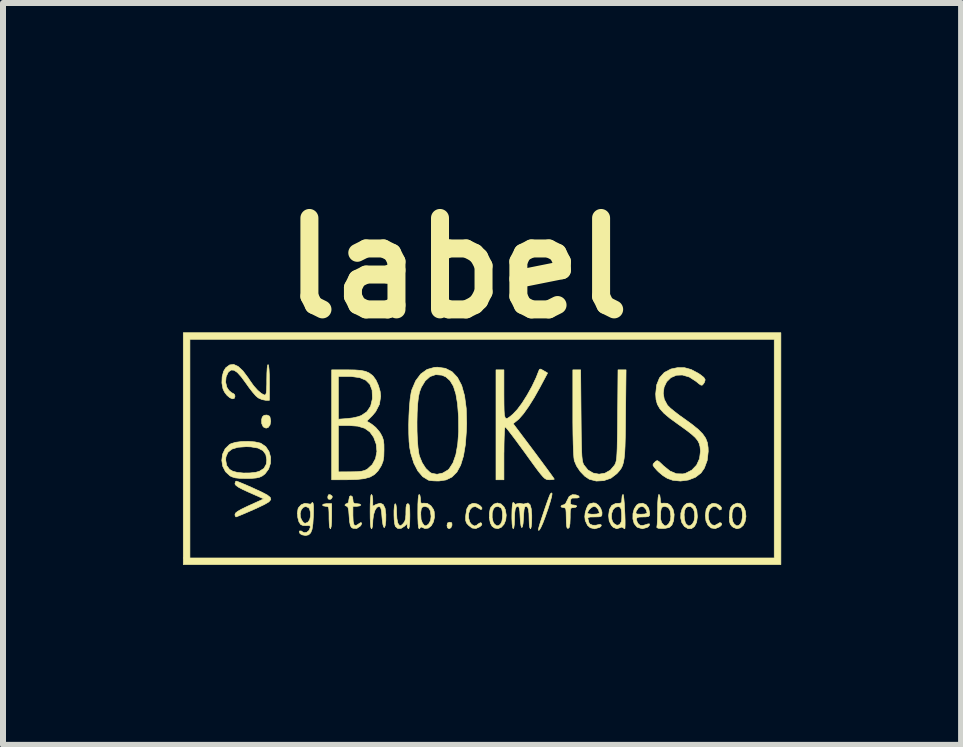
<source format=kicad_pcb>
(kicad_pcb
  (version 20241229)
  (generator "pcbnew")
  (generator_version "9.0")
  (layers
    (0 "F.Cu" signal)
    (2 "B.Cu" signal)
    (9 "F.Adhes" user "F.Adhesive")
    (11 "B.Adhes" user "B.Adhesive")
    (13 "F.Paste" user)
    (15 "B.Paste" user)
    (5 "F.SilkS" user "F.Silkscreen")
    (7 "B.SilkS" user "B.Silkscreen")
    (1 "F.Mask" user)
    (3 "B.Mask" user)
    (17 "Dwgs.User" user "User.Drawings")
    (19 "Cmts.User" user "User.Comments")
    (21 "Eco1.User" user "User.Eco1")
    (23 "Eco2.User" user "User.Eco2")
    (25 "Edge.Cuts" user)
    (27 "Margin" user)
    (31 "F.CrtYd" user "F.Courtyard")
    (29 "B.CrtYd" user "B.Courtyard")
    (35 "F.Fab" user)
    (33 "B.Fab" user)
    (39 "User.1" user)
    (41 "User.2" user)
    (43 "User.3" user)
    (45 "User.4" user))
  (footprint "label"
    (layer "F.Cu")
    (at 4.975 4.418)
    (property "Reference" "label" (at -0.4 -3 0) (layer "F.SilkS") (effects (font (size 1.524 1.524) (thickness 0.3))))
    (attr through_hole)
    (fp_poly (pts (xy -2.491 0.799) (xy -2.485 0.817) (xy -2.503 0.848) (xy -2.523 0.857) (xy -2.555 0.85) (xy -2.562 0.817) (xy -2.551 0.781) (xy -2.523 0.777) (xy -2.491 0.799)) (stroke (width 0.01) (type solid)) (fill yes) (layer "F.SilkS"))
    (fp_poly (pts (xy -0.494 1.247) (xy -0.49 1.286) (xy -0.49 1.286) (xy -0.509 1.33) (xy -0.539 1.345) (xy -0.565 1.33) (xy -0.574 1.294) (xy -0.565 1.25) (xy -0.531 1.237) (xy -0.529 1.237) (xy -0.494 1.247)) (stroke (width 0.01) (type solid)) (fill yes) (layer "F.SilkS"))
    (fp_poly (pts (xy 4.992 1.944) (xy -4.97 1.944) (xy -4.97 -1.811) (xy -4.859 -1.811) (xy -4.859 1.833) (xy 4.881 1.833) (xy 4.881 -1.811) (xy -4.859 -1.811) (xy -4.97 -1.811) (xy -4.97 -1.922) (xy 4.992 -1.922) (xy 4.992 1.944)) (stroke (width 0.01) (type solid)) (fill yes) (layer "F.SilkS"))
    (fp_poly (pts (xy -3.536 -0.533) (xy -3.525 -0.517) (xy -3.512 -0.447) (xy -3.524 -0.384) (xy -3.555 -0.342) (xy -3.589 -0.331) (xy -3.625 -0.345) (xy -3.64 -0.358) (xy -3.662 -0.407) (xy -3.664 -0.474) (xy -3.653 -0.517) (xy -3.623 -0.545) (xy -3.576 -0.55) (xy -3.536 -0.533)) (stroke (width 0.01) (type solid)) (fill yes) (layer "F.SilkS"))
    (fp_poly (pts (xy -2.496 1.137) (xy -2.498 1.236) (xy -2.504 1.308) (xy -2.514 1.344) (xy -2.518 1.347) (xy -2.529 1.327) (xy -2.536 1.269) (xy -2.54 1.184) (xy -2.54 1.16) (xy -2.541 1.069) (xy -2.544 1.013) (xy -2.552 0.984) (xy -2.569 0.974) (xy -2.595 0.972) (xy -2.637 0.964) (xy -2.65 0.95) (xy -2.631 0.935) (xy -2.583 0.928) (xy -2.573 0.928) (xy -2.496 0.928) (xy -2.496 1.137)) (stroke (width 0.01) (type solid)) (fill yes) (layer "F.SilkS"))
    (fp_poly (pts (xy 1.178 0.763) (xy 1.17 0.812) (xy 1.147 0.897) (xy 1.108 1.021) (xy 1.101 1.04) (xy 1.061 1.155) (xy 1.024 1.252) (xy 0.992 1.323) (xy 0.967 1.366) (xy 0.953 1.374) (xy 0.95 1.358) (xy 0.957 1.326) (xy 0.975 1.263) (xy 1.002 1.178) (xy 1.034 1.082) (xy 1.067 0.984) (xy 1.099 0.893) (xy 1.126 0.82) (xy 1.145 0.774) (xy 1.151 0.763) (xy 1.172 0.748) (xy 1.178 0.763)) (stroke (width 0.01) (type solid)) (fill yes) (layer "F.SilkS"))
    (fp_poly (pts (xy 3.928 0.933) (xy 3.975 0.96) (xy 4.002 0.993) (xy 3.999 1.023) (xy 3.997 1.025) (xy 3.971 1.034) (xy 3.951 1.01) (xy 3.911 0.975) (xy 3.862 0.975) (xy 3.817 1.007) (xy 3.799 1.038) (xy 3.781 1.113) (xy 3.786 1.184) (xy 3.809 1.243) (xy 3.845 1.281) (xy 3.89 1.291) (xy 3.934 1.268) (xy 3.975 1.243) (xy 4 1.253) (xy 4.006 1.279) (xy 3.973 1.312) (xy 3.898 1.344) (xy 3.83 1.333) (xy 3.778 1.289) (xy 3.743 1.216) (xy 3.733 1.126) (xy 3.746 1.027) (xy 3.784 0.959) (xy 3.845 0.925) (xy 3.873 0.922) (xy 3.928 0.933)) (stroke (width 0.01) (type solid)) (fill yes) (layer "F.SilkS"))
    (fp_poly (pts (xy -0.071 0.933) (xy -0.024 0.96) (xy 0.007 0.993) (xy 0.008 1.02) (xy -0.015 1.024) (xy -0.043 1.006) (xy -0.1 0.975) (xy -0.153 0.987) (xy -0.19 1.027) (xy -0.213 1.093) (xy -0.213 1.169) (xy -0.192 1.238) (xy -0.162 1.275) (xy -0.118 1.3) (xy -0.083 1.291) (xy -0.055 1.267) (xy -0.017 1.245) (xy 0.003 1.253) (xy 0.007 1.281) (xy -0.025 1.312) (xy -0.093 1.343) (xy -0.156 1.334) (xy -0.213 1.29) (xy -0.247 1.252) (xy -0.262 1.211) (xy -0.263 1.152) (xy -0.26 1.113) (xy -0.243 1.014) (xy -0.207 0.952) (xy -0.152 0.925) (xy -0.123 0.922) (xy -0.071 0.933)) (stroke (width 0.01) (type solid)) (fill yes) (layer "F.SilkS"))
    (fp_poly (pts (xy -4.058 0.561) (xy -3.999 0.585) (xy -3.915 0.62) (xy -3.816 0.664) (xy -3.788 0.677) (xy -3.658 0.737) (xy -3.569 0.784) (xy -3.52 0.824) (xy -3.511 0.86) (xy -3.543 0.898) (xy -3.616 0.941) (xy -3.729 0.995) (xy -3.793 1.024) (xy -3.896 1.069) (xy -3.985 1.107) (xy -4.051 1.134) (xy -4.088 1.148) (xy -4.092 1.149) (xy -4.105 1.13) (xy -4.108 1.107) (xy -4.097 1.083) (xy -4.062 1.055) (xy -3.996 1.018) (xy -3.895 0.969) (xy -3.868 0.957) (xy -3.628 0.848) (xy -3.868 0.742) (xy -3.977 0.692) (xy -4.049 0.654) (xy -4.091 0.624) (xy -4.107 0.6) (xy -4.108 0.594) (xy -4.098 0.559) (xy -4.086 0.552) (xy -4.058 0.561)) (stroke (width 0.01) (type solid)) (fill yes) (layer "F.SilkS"))
    (fp_poly (pts (xy 0.326 0.932) (xy 0.377 0.983) (xy 0.398 1.027) (xy 0.414 1.119) (xy 0.405 1.202) (xy 0.376 1.272) (xy 0.332 1.321) (xy 0.277 1.344) (xy 0.218 1.334) (xy 0.177 1.303) (xy 0.149 1.251) (xy 0.134 1.174) (xy 0.133 1.16) (xy 0.179 1.16) (xy 0.195 1.231) (xy 0.213 1.263) (xy 0.253 1.297) (xy 0.287 1.295) (xy 0.319 1.268) (xy 0.341 1.224) (xy 0.352 1.155) (xy 0.352 1.082) (xy 0.34 1.021) (xy 0.327 0.998) (xy 0.277 0.973) (xy 0.226 0.985) (xy 0.2 1.015) (xy 0.18 1.081) (xy 0.179 1.16) (xy 0.133 1.16) (xy 0.132 1.089) (xy 0.146 1.014) (xy 0.155 0.993) (xy 0.205 0.936) (xy 0.265 0.916) (xy 0.326 0.932)) (stroke (width 0.01) (type solid)) (fill yes) (layer "F.SilkS"))
    (fp_poly (pts (xy -1.82 0.793) (xy -1.812 0.843) (xy -1.811 0.871) (xy -1.811 0.969) (xy -1.752 0.939) (xy -1.686 0.92) (xy -1.638 0.942) (xy -1.606 1.005) (xy -1.593 1.108) (xy -1.594 1.215) (xy -1.603 1.291) (xy -1.615 1.326) (xy -1.628 1.32) (xy -1.642 1.277) (xy -1.653 1.199) (xy -1.657 1.155) (xy -1.664 1.065) (xy -1.674 1.012) (xy -1.688 0.985) (xy -1.707 0.976) (xy -1.743 0.989) (xy -1.774 1.038) (xy -1.798 1.113) (xy -1.81 1.204) (xy -1.811 1.236) (xy -1.815 1.299) (xy -1.825 1.34) (xy -1.833 1.347) (xy -1.843 1.326) (xy -1.85 1.265) (xy -1.854 1.169) (xy -1.855 1.06) (xy -1.854 0.937) (xy -1.849 0.846) (xy -1.842 0.789) (xy -1.833 0.773) (xy -1.82 0.793)) (stroke (width 0.01) (type solid)) (fill yes) (layer "F.SilkS"))
    (fp_poly (pts (xy 3.513 0.928) (xy 3.563 0.971) (xy 3.591 1.04) (xy 3.6 1.142) (xy 3.6 1.147) (xy 3.587 1.239) (xy 3.553 1.306) (xy 3.503 1.343) (xy 3.445 1.345) (xy 3.384 1.308) (xy 3.382 1.305) (xy 3.34 1.242) (xy 3.322 1.167) (xy 3.324 1.11) (xy 3.379 1.11) (xy 3.384 1.183) (xy 3.399 1.245) (xy 3.414 1.268) (xy 3.45 1.298) (xy 3.479 1.295) (xy 3.516 1.267) (xy 3.544 1.217) (xy 3.556 1.144) (xy 3.551 1.066) (xy 3.533 1.015) (xy 3.493 0.978) (xy 3.441 0.977) (xy 3.406 0.998) (xy 3.387 1.042) (xy 3.379 1.11) (xy 3.324 1.11) (xy 3.324 1.088) (xy 3.345 1.016) (xy 3.381 0.957) (xy 3.428 0.922) (xy 3.485 0.917) (xy 3.513 0.928)) (stroke (width 0.01) (type solid)) (fill yes) (layer "F.SilkS"))
    (fp_poly (pts (xy 4.323 0.931) (xy 4.372 0.983) (xy 4.398 1.046) (xy 4.41 1.141) (xy 4.396 1.224) (xy 4.364 1.29) (xy 4.316 1.332) (xy 4.259 1.346) (xy 4.199 1.323) (xy 4.173 1.302) (xy 4.148 1.268) (xy 4.135 1.223) (xy 4.134 1.16) (xy 4.177 1.16) (xy 4.192 1.231) (xy 4.211 1.263) (xy 4.251 1.297) (xy 4.285 1.295) (xy 4.316 1.268) (xy 4.338 1.224) (xy 4.35 1.155) (xy 4.35 1.082) (xy 4.338 1.021) (xy 4.325 0.998) (xy 4.274 0.973) (xy 4.224 0.985) (xy 4.197 1.015) (xy 4.178 1.081) (xy 4.177 1.16) (xy 4.134 1.16) (xy 4.133 1.154) (xy 4.135 1.122) (xy 4.141 1.043) (xy 4.155 0.993) (xy 4.18 0.96) (xy 4.198 0.945) (xy 4.263 0.918) (xy 4.323 0.931)) (stroke (width 0.01) (type solid)) (fill yes) (layer "F.SilkS"))
    (fp_poly (pts (xy -2.149 0.815) (xy -2.142 0.861) (xy -2.137 0.908) (xy -2.111 0.926) (xy -2.076 0.928) (xy -2.03 0.934) (xy -2.01 0.949) (xy -2.01 0.95) (xy -2.029 0.965) (xy -2.075 0.972) (xy -2.076 0.972) (xy -2.142 0.972) (xy -2.142 1.125) (xy -2.138 1.222) (xy -2.125 1.278) (xy -2.1 1.296) (xy -2.063 1.277) (xy -2.053 1.269) (xy -2.012 1.243) (xy -1.994 1.251) (xy -2.006 1.284) (xy -2.021 1.303) (xy -2.079 1.342) (xy -2.141 1.338) (xy -2.164 1.326) (xy -2.184 1.294) (xy -2.198 1.226) (xy -2.205 1.139) (xy -2.212 1.048) (xy -2.223 0.994) (xy -2.238 0.973) (xy -2.244 0.972) (xy -2.272 0.959) (xy -2.275 0.95) (xy -2.257 0.93) (xy -2.242 0.928) (xy -2.216 0.908) (xy -2.209 0.861) (xy -2.199 0.809) (xy -2.176 0.795) (xy -2.149 0.815)) (stroke (width 0.01) (type solid)) (fill yes) (layer "F.SilkS"))
    (fp_poly (pts (xy -1.21 0.935) (xy -1.2 0.963) (xy -1.195 1.017) (xy -1.193 1.107) (xy -1.193 1.137) (xy -1.195 1.236) (xy -1.201 1.308) (xy -1.21 1.344) (xy -1.215 1.347) (xy -1.233 1.329) (xy -1.237 1.303) (xy -1.237 1.259) (xy -1.281 1.303) (xy -1.339 1.34) (xy -1.393 1.342) (xy -1.434 1.307) (xy -1.435 1.305) (xy -1.446 1.263) (xy -1.454 1.198) (xy -1.457 1.12) (xy -1.457 1.043) (xy -1.452 0.977) (xy -1.443 0.936) (xy -1.436 0.928) (xy -1.424 0.948) (xy -1.416 1.002) (xy -1.414 1.078) (xy -1.409 1.173) (xy -1.396 1.243) (xy -1.384 1.269) (xy -1.361 1.295) (xy -1.339 1.292) (xy -1.306 1.262) (xy -1.279 1.226) (xy -1.265 1.179) (xy -1.259 1.106) (xy -1.259 1.071) (xy -1.257 0.991) (xy -1.249 0.946) (xy -1.233 0.929) (xy -1.226 0.928) (xy -1.21 0.935)) (stroke (width 0.01) (type solid)) (fill yes) (layer "F.SilkS"))
    (fp_poly (pts (xy 1.576 0.781) (xy 1.624 0.801) (xy 1.631 0.822) (xy 1.598 0.834) (xy 1.563 0.834) (xy 1.512 0.835) (xy 1.491 0.855) (xy 1.484 0.889) (xy 1.485 0.933) (xy 1.509 0.948) (xy 1.534 0.95) (xy 1.576 0.957) (xy 1.59 0.972) (xy 1.571 0.988) (xy 1.535 0.994) (xy 1.507 0.996) (xy 1.49 1.008) (xy 1.482 1.041) (xy 1.48 1.102) (xy 1.48 1.158) (xy 1.476 1.262) (xy 1.464 1.324) (xy 1.444 1.342) (xy 1.428 1.332) (xy 1.421 1.304) (xy 1.416 1.245) (xy 1.414 1.166) (xy 1.414 1.156) (xy 1.412 1.072) (xy 1.408 1.024) (xy 1.396 1.001) (xy 1.376 0.994) (xy 1.369 0.994) (xy 1.333 0.985) (xy 1.325 0.972) (xy 1.343 0.953) (xy 1.365 0.95) (xy 1.402 0.929) (xy 1.426 0.88) (xy 1.462 0.809) (xy 1.515 0.778) (xy 1.576 0.781)) (stroke (width 0.01) (type solid)) (fill yes) (layer "F.SilkS"))
    (fp_poly (pts (xy 2.368 0.793) (xy 2.375 0.848) (xy 2.382 0.927) (xy 2.387 1.02) (xy 2.392 1.117) (xy 2.395 1.208) (xy 2.395 1.284) (xy 2.393 1.333) (xy 2.39 1.347) (xy 2.375 1.341) (xy 2.367 1.331) (xy 2.338 1.318) (xy 2.319 1.326) (xy 2.256 1.346) (xy 2.198 1.322) (xy 2.166 1.289) (xy 2.13 1.216) (xy 2.124 1.162) (xy 2.167 1.162) (xy 2.185 1.227) (xy 2.208 1.258) (xy 2.259 1.289) (xy 2.303 1.278) (xy 2.332 1.228) (xy 2.332 1.227) (xy 2.338 1.174) (xy 2.338 1.103) (xy 2.337 1.08) (xy 2.329 1.017) (xy 2.311 0.987) (xy 2.283 0.976) (xy 2.232 0.988) (xy 2.193 1.03) (xy 2.171 1.092) (xy 2.167 1.162) (xy 2.124 1.162) (xy 2.12 1.126) (xy 2.134 1.025) (xy 2.173 0.957) (xy 2.237 0.925) (xy 2.271 0.923) (xy 2.318 0.92) (xy 2.338 0.9) (xy 2.341 0.849) (xy 2.346 0.798) (xy 2.359 0.774) (xy 2.362 0.773) (xy 2.368 0.793)) (stroke (width 0.01) (type solid)) (fill yes) (layer "F.SilkS"))
    (fp_poly (pts (xy 2.974 0.793) (xy 2.981 0.841) (xy 2.982 0.853) (xy 2.985 0.905) (xy 2.999 0.923) (xy 3.033 0.92) (xy 3.034 0.919) (xy 3.101 0.922) (xy 3.156 0.96) (xy 3.195 1.025) (xy 3.213 1.109) (xy 3.205 1.204) (xy 3.202 1.217) (xy 3.175 1.285) (xy 3.132 1.324) (xy 3.063 1.34) (xy 3.008 1.342) (xy 2.948 1.338) (xy 2.924 1.326) (xy 2.925 1.309) (xy 2.93 1.275) (xy 2.934 1.208) (xy 2.937 1.116) (xy 2.937 1.101) (xy 2.986 1.101) (xy 2.987 1.185) (xy 3.002 1.239) (xy 3.017 1.261) (xy 3.053 1.296) (xy 3.08 1.297) (xy 3.118 1.267) (xy 3.151 1.208) (xy 3.158 1.138) (xy 3.147 1.048) (xy 3.114 0.992) (xy 3.06 0.974) (xy 3.047 0.975) (xy 3.015 0.984) (xy 2.998 1.008) (xy 2.989 1.057) (xy 2.986 1.101) (xy 2.937 1.101) (xy 2.938 1.025) (xy 2.939 0.913) (xy 2.945 0.83) (xy 2.953 0.783) (xy 2.96 0.773) (xy 2.974 0.793)) (stroke (width 0.01) (type solid)) (fill yes) (layer "F.SilkS"))
    (fp_poly (pts (xy -1.024 0.793) (xy -1.016 0.841) (xy -1.016 0.853) (xy -1.013 0.905) (xy -0.999 0.923) (xy -0.965 0.92) (xy -0.963 0.919) (xy -0.901 0.924) (xy -0.842 0.963) (xy -0.799 1.025) (xy -0.787 1.062) (xy -0.782 1.152) (xy -0.8 1.232) (xy -0.836 1.296) (xy -0.885 1.335) (xy -0.94 1.343) (xy -0.973 1.329) (xy -1.007 1.316) (xy -1.016 1.325) (xy -1.033 1.347) (xy -1.038 1.347) (xy -1.048 1.326) (xy -1.055 1.265) (xy -1.059 1.169) (xy -1.06 1.09) (xy -1.012 1.09) (xy -1.006 1.191) (xy -0.984 1.25) (xy -0.951 1.292) (xy -0.922 1.298) (xy -0.883 1.27) (xy -0.88 1.267) (xy -0.847 1.208) (xy -0.839 1.138) (xy -0.851 1.048) (xy -0.884 0.992) (xy -0.938 0.974) (xy -0.951 0.975) (xy -0.984 0.985) (xy -1.002 1.011) (xy -1.01 1.065) (xy -1.012 1.09) (xy -1.06 1.09) (xy -1.06 1.06) (xy -1.059 0.937) (xy -1.054 0.846) (xy -1.046 0.789) (xy -1.038 0.773) (xy -1.024 0.793)) (stroke (width 0.01) (type solid)) (fill yes) (layer "F.SilkS"))
    (fp_poly (pts (xy 2.746 0.946) (xy 2.788 1.004) (xy 2.805 1.085) (xy 2.805 1.092) (xy 2.802 1.125) (xy 2.784 1.142) (xy 2.741 1.148) (xy 2.695 1.149) (xy 2.628 1.151) (xy 2.595 1.161) (xy 2.585 1.183) (xy 2.584 1.191) (xy 2.599 1.241) (xy 2.62 1.269) (xy 2.65 1.29) (xy 2.69 1.292) (xy 2.752 1.274) (xy 2.777 1.265) (xy 2.802 1.265) (xy 2.802 1.285) (xy 2.78 1.313) (xy 2.762 1.324) (xy 2.683 1.346) (xy 2.606 1.324) (xy 2.59 1.314) (xy 2.546 1.259) (xy 2.525 1.182) (xy 2.526 1.096) (xy 2.527 1.09) (xy 2.575 1.09) (xy 2.596 1.101) (xy 2.651 1.104) (xy 2.662 1.104) (xy 2.722 1.1) (xy 2.757 1.088) (xy 2.761 1.081) (xy 2.746 1.028) (xy 2.71 0.986) (xy 2.674 0.972) (xy 2.622 0.992) (xy 2.582 1.052) (xy 2.577 1.066) (xy 2.575 1.09) (xy 2.527 1.09) (xy 2.547 1.015) (xy 2.587 0.953) (xy 2.618 0.931) (xy 2.687 0.92) (xy 2.746 0.946)) (stroke (width 0.01) (type solid)) (fill yes) (layer "F.SilkS"))
    (fp_poly (pts (xy -3.776 -0.102) (xy -3.689 -0.083) (xy -3.677 -0.079) (xy -3.595 -0.023) (xy -3.541 0.058) (xy -3.514 0.154) (xy -3.516 0.254) (xy -3.547 0.35) (xy -3.607 0.431) (xy -3.651 0.465) (xy -3.698 0.487) (xy -3.756 0.5) (xy -3.837 0.507) (xy -3.92 0.508) (xy -4.027 0.506) (xy -4.101 0.498) (xy -4.155 0.482) (xy -4.19 0.465) (xy -4.266 0.395) (xy -4.312 0.305) (xy -4.328 0.205) (xy -4.327 0.199) (xy -4.263 0.199) (xy -4.247 0.291) (xy -4.199 0.356) (xy -4.145 0.387) (xy -4.069 0.407) (xy -3.968 0.417) (xy -3.86 0.416) (xy -3.761 0.405) (xy -3.701 0.388) (xy -3.625 0.34) (xy -3.586 0.269) (xy -3.578 0.199) (xy -3.594 0.109) (xy -3.641 0.044) (xy -3.724 0.001) (xy -3.843 -0.019) (xy -3.92 -0.022) (xy -4.059 -0.012) (xy -4.16 0.019) (xy -4.226 0.072) (xy -4.259 0.149) (xy -4.263 0.199) (xy -4.327 0.199) (xy -4.315 0.104) (xy -4.272 0.013) (xy -4.201 -0.057) (xy -4.174 -0.072) (xy -4.099 -0.095) (xy -3.997 -0.108) (xy -3.884 -0.11) (xy -3.776 -0.102)) (stroke (width 0.01) (type solid)) (fill yes) (layer "F.SilkS"))
    (fp_poly (pts (xy 1.905 0.92) (xy 1.951 0.954) (xy 1.989 1.007) (xy 2.009 1.066) (xy 2.01 1.081) (xy 2.008 1.119) (xy 1.995 1.139) (xy 1.961 1.147) (xy 1.893 1.149) (xy 1.886 1.149) (xy 1.816 1.15) (xy 1.781 1.158) (xy 1.773 1.174) (xy 1.776 1.183) (xy 1.788 1.225) (xy 1.789 1.238) (xy 1.808 1.268) (xy 1.854 1.287) (xy 1.909 1.288) (xy 1.93 1.282) (xy 1.978 1.273) (xy 2 1.285) (xy 1.99 1.309) (xy 1.968 1.324) (xy 1.887 1.347) (xy 1.814 1.329) (xy 1.769 1.289) (xy 1.731 1.21) (xy 1.723 1.144) (xy 1.729 1.087) (xy 1.767 1.087) (xy 1.787 1.097) (xy 1.837 1.104) (xy 1.866 1.104) (xy 1.927 1.1) (xy 1.962 1.088) (xy 1.966 1.081) (xy 1.95 1.028) (xy 1.914 0.986) (xy 1.878 0.972) (xy 1.837 0.989) (xy 1.795 1.029) (xy 1.769 1.074) (xy 1.767 1.087) (xy 1.729 1.087) (xy 1.731 1.077) (xy 1.751 1.009) (xy 1.777 0.955) (xy 1.805 0.928) (xy 1.81 0.928) (xy 1.846 0.92) (xy 1.864 0.915) (xy 1.905 0.92)) (stroke (width 0.01) (type solid)) (fill yes) (layer "F.SilkS"))
    (fp_poly (pts (xy -2.806 0.919) (xy -2.799 0.968) (xy -2.799 1.057) (xy -2.801 1.132) (xy -2.809 1.263) (xy -2.823 1.355) (xy -2.846 1.414) (xy -2.88 1.447) (xy -2.928 1.458) (xy -2.935 1.458) (xy -2.991 1.447) (xy -3.024 1.427) (xy -3.037 1.393) (xy -3.029 1.382) (xy -2.999 1.384) (xy -2.993 1.391) (xy -2.958 1.412) (xy -2.912 1.406) (xy -2.875 1.375) (xy -2.872 1.371) (xy -2.851 1.318) (xy -2.862 1.293) (xy -2.907 1.293) (xy -2.91 1.294) (xy -2.973 1.292) (xy -3.012 1.276) (xy -3.042 1.231) (xy -3.061 1.16) (xy -3.066 1.088) (xy -3.021 1.088) (xy -3.018 1.151) (xy -2.996 1.202) (xy -2.965 1.245) (xy -2.939 1.256) (xy -2.901 1.241) (xy -2.892 1.236) (xy -2.864 1.199) (xy -2.849 1.138) (xy -2.85 1.07) (xy -2.866 1.014) (xy -2.881 0.995) (xy -2.929 0.975) (xy -2.971 0.99) (xy -3.004 1.031) (xy -3.021 1.088) (xy -3.066 1.088) (xy -3.067 1.082) (xy -3.057 1.014) (xy -3.049 0.996) (xy -3.004 0.946) (xy -2.944 0.922) (xy -2.889 0.93) (xy -2.85 0.937) (xy -2.838 0.928) (xy -2.819 0.906) (xy -2.806 0.919)) (stroke (width 0.01) (type solid)) (fill yes) (layer "F.SilkS"))
    (fp_poly (pts (xy 0.551 0.922) (xy 0.552 0.928) (xy 0.567 0.94) (xy 0.592 0.93) (xy 0.641 0.921) (xy 0.663 0.928) (xy 0.708 0.934) (xy 0.732 0.926) (xy 0.777 0.916) (xy 0.81 0.944) (xy 0.83 1.011) (xy 0.839 1.119) (xy 0.839 1.161) (xy 0.837 1.252) (xy 0.83 1.316) (xy 0.82 1.346) (xy 0.817 1.347) (xy 0.806 1.327) (xy 0.798 1.272) (xy 0.795 1.195) (xy 0.792 1.089) (xy 0.783 1.02) (xy 0.767 0.983) (xy 0.74 0.972) (xy 0.738 0.972) (xy 0.722 0.985) (xy 0.711 1.027) (xy 0.704 1.104) (xy 0.702 1.154) (xy 0.695 1.255) (xy 0.684 1.313) (xy 0.672 1.327) (xy 0.66 1.298) (xy 0.65 1.226) (xy 0.645 1.149) (xy 0.64 1.054) (xy 0.63 0.998) (xy 0.616 0.974) (xy 0.609 0.972) (xy 0.582 0.982) (xy 0.564 1.018) (xy 0.555 1.084) (xy 0.552 1.188) (xy 0.552 1.195) (xy 0.549 1.273) (xy 0.541 1.327) (xy 0.53 1.347) (xy 0.52 1.326) (xy 0.512 1.268) (xy 0.508 1.177) (xy 0.508 1.126) (xy 0.51 1.024) (xy 0.516 0.95) (xy 0.525 0.91) (xy 0.53 0.906) (xy 0.551 0.922)) (stroke (width 0.01) (type solid)) (fill yes) (layer "F.SilkS"))
    (fp_poly (pts (xy 1.661 -0.547) (xy 1.663 -0.341) (xy 1.665 -0.175) (xy 1.668 -0.043) (xy 1.671 0.059) (xy 1.675 0.135) (xy 1.681 0.191) (xy 1.688 0.231) (xy 1.697 0.26) (xy 1.707 0.281) (xy 1.775 0.366) (xy 1.863 0.418) (xy 1.961 0.436) (xy 2.059 0.42) (xy 2.148 0.37) (xy 2.219 0.287) (xy 2.231 0.264) (xy 2.241 0.238) (xy 2.249 0.204) (xy 2.255 0.158) (xy 2.259 0.093) (xy 2.263 0.007) (xy 2.265 -0.107) (xy 2.268 -0.253) (xy 2.27 -0.435) (xy 2.271 -0.547) (xy 2.277 -1.303) (xy 2.411 -1.303) (xy 2.403 -0.558) (xy 2.401 -0.343) (xy 2.398 -0.167) (xy 2.394 -0.025) (xy 2.388 0.087) (xy 2.379 0.174) (xy 2.367 0.242) (xy 2.351 0.295) (xy 2.33 0.338) (xy 2.303 0.376) (xy 2.27 0.414) (xy 2.257 0.428) (xy 2.159 0.503) (xy 2.04 0.544) (xy 1.915 0.551) (xy 1.799 0.521) (xy 1.723 0.47) (xy 1.648 0.392) (xy 1.586 0.3) (xy 1.548 0.21) (xy 1.541 0.156) (xy 1.535 0.062) (xy 1.53 -0.07) (xy 1.526 -0.237) (xy 1.524 -0.436) (xy 1.524 -0.595) (xy 1.524 -1.303) (xy 1.654 -1.303) (xy 1.661 -0.547)) (stroke (width 0.01) (type solid)) (fill yes) (layer "F.SilkS"))
    (fp_poly (pts (xy -4.056 -1.36) (xy -3.976 -1.286) (xy -3.889 -1.17) (xy -3.86 -1.126) (xy -3.798 -1.038) (xy -3.731 -0.963) (xy -3.668 -0.909) (xy -3.618 -0.884) (xy -3.61 -0.883) (xy -3.596 -0.892) (xy -3.586 -0.92) (xy -3.581 -0.976) (xy -3.578 -1.065) (xy -3.578 -1.137) (xy -3.576 -1.25) (xy -3.571 -1.334) (xy -3.563 -1.382) (xy -3.556 -1.391) (xy -3.547 -1.37) (xy -3.54 -1.309) (xy -3.535 -1.212) (xy -3.534 -1.093) (xy -3.534 -0.795) (xy -3.595 -0.795) (xy -3.657 -0.807) (xy -3.72 -0.835) (xy -3.76 -0.869) (xy -3.815 -0.932) (xy -3.876 -1.011) (xy -3.919 -1.072) (xy -4.001 -1.184) (xy -4.068 -1.259) (xy -4.123 -1.296) (xy -4.17 -1.3) (xy -4.213 -1.271) (xy -4.221 -1.262) (xy -4.256 -1.187) (xy -4.264 -1.098) (xy -4.244 -1.013) (xy -4.209 -0.96) (xy -4.166 -0.923) (xy -4.134 -0.906) (xy -4.131 -0.906) (xy -4.113 -0.887) (xy -4.108 -0.861) (xy -4.121 -0.826) (xy -4.152 -0.82) (xy -4.195 -0.839) (xy -4.241 -0.878) (xy -4.282 -0.931) (xy -4.308 -0.986) (xy -4.326 -1.084) (xy -4.322 -1.187) (xy -4.298 -1.278) (xy -4.262 -1.337) (xy -4.197 -1.385) (xy -4.129 -1.393) (xy -4.056 -1.36)) (stroke (width 0.01) (type solid)) (fill yes) (layer "F.SilkS"))
    (fp_poly (pts (xy 1.032 -1.292) (xy 1.037 -1.289) (xy 1.103 -1.25) (xy 0.979 -1.017) (xy 0.881 -0.842) (xy 0.787 -0.692) (xy 0.701 -0.571) (xy 0.626 -0.485) (xy 0.596 -0.459) (xy 0.529 -0.406) (xy 0.872 0.05) (xy 0.964 0.174) (xy 1.047 0.286) (xy 1.117 0.381) (xy 1.171 0.455) (xy 1.204 0.502) (xy 1.215 0.519) (xy 1.195 0.526) (xy 1.147 0.529) (xy 1.132 0.529) (xy 1.106 0.528) (xy 1.082 0.522) (xy 1.057 0.508) (xy 1.028 0.481) (xy 0.989 0.436) (xy 0.938 0.371) (xy 0.871 0.28) (xy 0.784 0.16) (xy 0.732 0.087) (xy 0.643 -0.034) (xy 0.563 -0.143) (xy 0.494 -0.234) (xy 0.441 -0.303) (xy 0.406 -0.344) (xy 0.395 -0.353) (xy 0.389 -0.332) (xy 0.384 -0.274) (xy 0.38 -0.184) (xy 0.377 -0.071) (xy 0.376 0.061) (xy 0.375 0.088) (xy 0.375 0.53) (xy 0.243 0.53) (xy 0.243 -1.303) (xy 0.375 -1.303) (xy 0.375 -0.895) (xy 0.376 -0.742) (xy 0.378 -0.629) (xy 0.383 -0.552) (xy 0.395 -0.507) (xy 0.413 -0.491) (xy 0.44 -0.498) (xy 0.479 -0.525) (xy 0.525 -0.564) (xy 0.598 -0.641) (xy 0.679 -0.75) (xy 0.762 -0.882) (xy 0.842 -1.026) (xy 0.912 -1.173) (xy 0.957 -1.288) (xy 0.97 -1.313) (xy 0.99 -1.315) (xy 1.032 -1.292)) (stroke (width 0.01) (type solid)) (fill yes) (layer "F.SilkS"))
    (fp_poly (pts (xy -2.108 -1.301) (xy -2.007 -1.293) (xy -1.931 -1.277) (xy -1.872 -1.251) (xy -1.82 -1.212) (xy -1.805 -1.198) (xy -1.758 -1.133) (xy -1.717 -1.043) (xy -1.688 -0.944) (xy -1.679 -0.863) (xy -1.7 -0.729) (xy -1.763 -0.606) (xy -1.819 -0.539) (xy -1.911 -0.448) (xy -1.826 -0.395) (xy -1.762 -0.343) (xy -1.702 -0.273) (xy -1.682 -0.243) (xy -1.651 -0.184) (xy -1.633 -0.128) (xy -1.625 -0.058) (xy -1.624 0.033) (xy -1.627 0.14) (xy -1.639 0.217) (xy -1.663 0.281) (xy -1.671 0.298) (xy -1.723 0.381) (xy -1.782 0.441) (xy -1.856 0.484) (xy -1.952 0.511) (xy -2.078 0.525) (xy -2.236 0.529) (xy -2.496 0.53) (xy -2.496 -0.375) (xy -2.385 -0.375) (xy -2.385 0.398) (xy -2.181 0.397) (xy -2.074 0.395) (xy -2 0.388) (xy -1.946 0.374) (xy -1.905 0.354) (xy -1.82 0.277) (xy -1.765 0.176) (xy -1.742 0.059) (xy -1.754 -0.065) (xy -1.796 -0.179) (xy -1.86 -0.268) (xy -1.946 -0.329) (xy -2.061 -0.364) (xy -2.209 -0.375) (xy -2.213 -0.375) (xy -2.385 -0.375) (xy -2.496 -0.375) (xy -2.496 -0.48) (xy -2.385 -0.48) (xy -2.236 -0.491) (xy -2.144 -0.502) (xy -2.057 -0.522) (xy -2.003 -0.541) (xy -1.908 -0.606) (xy -1.847 -0.697) (xy -1.818 -0.817) (xy -1.817 -0.838) (xy -1.822 -0.964) (xy -1.859 -1.061) (xy -1.927 -1.13) (xy -2.03 -1.173) (xy -2.168 -1.192) (xy -2.214 -1.193) (xy -2.385 -1.193) (xy -2.385 -0.48) (xy -2.496 -0.48) (xy -2.496 -1.303) (xy -2.243 -1.303) (xy -2.108 -1.301)) (stroke (width 0.01) (type solid)) (fill yes) (layer "F.SilkS"))
    (fp_poly (pts (xy -0.6 -1.328) (xy -0.489 -1.271) (xy -0.399 -1.176) (xy -0.329 -1.043) (xy -0.281 -0.871) (xy -0.253 -0.66) (xy -0.246 -0.411) (xy -0.25 -0.289) (xy -0.267 -0.058) (xy -0.299 0.133) (xy -0.346 0.286) (xy -0.409 0.402) (xy -0.49 0.483) (xy -0.589 0.532) (xy -0.708 0.55) (xy -0.734 0.55) (xy -0.806 0.547) (xy -0.864 0.541) (xy -0.883 0.536) (xy -0.978 0.478) (xy -1.06 0.382) (xy -1.127 0.252) (xy -1.176 0.094) (xy -1.194 0.000329) (xy -1.206 -0.107) (xy -1.211 -0.24) (xy -1.212 -0.388) (xy -1.211 -0.433) (xy -1.074 -0.433) (xy -1.073 -0.277) (xy -1.067 -0.129) (xy -1.056 0.002) (xy -1.041 0.103) (xy -1.032 0.137) (xy -0.987 0.247) (xy -0.927 0.34) (xy -0.859 0.405) (xy -0.83 0.421) (xy -0.74 0.438) (xy -0.645 0.418) (xy -0.559 0.367) (xy -0.537 0.346) (xy -0.474 0.248) (xy -0.426 0.111) (xy -0.395 -0.063) (xy -0.379 -0.271) (xy -0.381 -0.511) (xy -0.382 -0.53) (xy -0.398 -0.736) (xy -0.426 -0.901) (xy -0.467 -1.03) (xy -0.523 -1.123) (xy -0.594 -1.186) (xy -0.659 -1.214) (xy -0.762 -1.223) (xy -0.856 -1.191) (xy -0.937 -1.119) (xy -1.002 -1.012) (xy -1.032 -0.932) (xy -1.05 -0.847) (xy -1.063 -0.729) (xy -1.071 -0.588) (xy -1.074 -0.433) (xy -1.211 -0.433) (xy -1.208 -0.541) (xy -1.2 -0.688) (xy -1.188 -0.819) (xy -1.172 -0.922) (xy -1.16 -0.97) (xy -1.096 -1.12) (xy -1.011 -1.234) (xy -0.907 -1.309) (xy -0.784 -1.344) (xy -0.732 -1.347) (xy -0.6 -1.328)) (stroke (width 0.01) (type solid)) (fill yes) (layer "F.SilkS"))
    (fp_poly (pts (xy 3.386 -1.339) (xy 3.497 -1.308) (xy 3.616 -1.245) (xy 3.65 -1.222) (xy 3.708 -1.176) (xy 3.73 -1.137) (xy 3.718 -1.096) (xy 3.702 -1.071) (xy 3.683 -1.049) (xy 3.662 -1.047) (xy 3.628 -1.069) (xy 3.58 -1.109) (xy 3.466 -1.183) (xy 3.35 -1.217) (xy 3.251 -1.213) (xy 3.158 -1.173) (xy 3.088 -1.104) (xy 3.045 -1.014) (xy 3.031 -0.913) (xy 3.048 -0.811) (xy 3.1 -0.715) (xy 3.107 -0.707) (xy 3.148 -0.666) (xy 3.216 -0.61) (xy 3.3 -0.545) (xy 3.371 -0.495) (xy 3.509 -0.395) (xy 3.614 -0.31) (xy 3.688 -0.235) (xy 3.738 -0.163) (xy 3.767 -0.088) (xy 3.779 -0.005) (xy 3.781 0.056) (xy 3.764 0.207) (xy 3.716 0.336) (xy 3.66 0.417) (xy 3.566 0.489) (xy 3.448 0.534) (xy 3.318 0.551) (xy 3.189 0.538) (xy 3.099 0.506) (xy 3.027 0.461) (xy 2.953 0.399) (xy 2.925 0.371) (xy 2.88 0.319) (xy 2.86 0.288) (xy 2.864 0.265) (xy 2.888 0.239) (xy 2.888 0.238) (xy 2.913 0.216) (xy 2.935 0.211) (xy 2.963 0.228) (xy 3.009 0.271) (xy 3.032 0.294) (xy 3.142 0.383) (xy 3.25 0.429) (xy 3.359 0.432) (xy 3.4 0.423) (xy 3.507 0.369) (xy 3.587 0.285) (xy 3.636 0.177) (xy 3.652 0.051) (xy 3.644 -0.024) (xy 3.63 -0.076) (xy 3.605 -0.125) (xy 3.564 -0.175) (xy 3.501 -0.232) (xy 3.412 -0.301) (xy 3.292 -0.387) (xy 3.27 -0.403) (xy 3.139 -0.498) (xy 3.042 -0.58) (xy 2.975 -0.655) (xy 2.933 -0.728) (xy 2.911 -0.808) (xy 2.905 -0.9) (xy 2.905 -0.902) (xy 2.921 -1.051) (xy 2.969 -1.17) (xy 3.049 -1.259) (xy 3.16 -1.317) (xy 3.272 -1.34) (xy 3.386 -1.339)) (stroke (width 0.01) (type solid)) (fill yes) (layer "F.SilkS")))
  (gr_rect
    (start -3 -3)
    (end 12.971 9.367)
    (stroke (width 0.1) (type default))
    (fill no)
    (layer "Edge.Cuts")))
</source>
